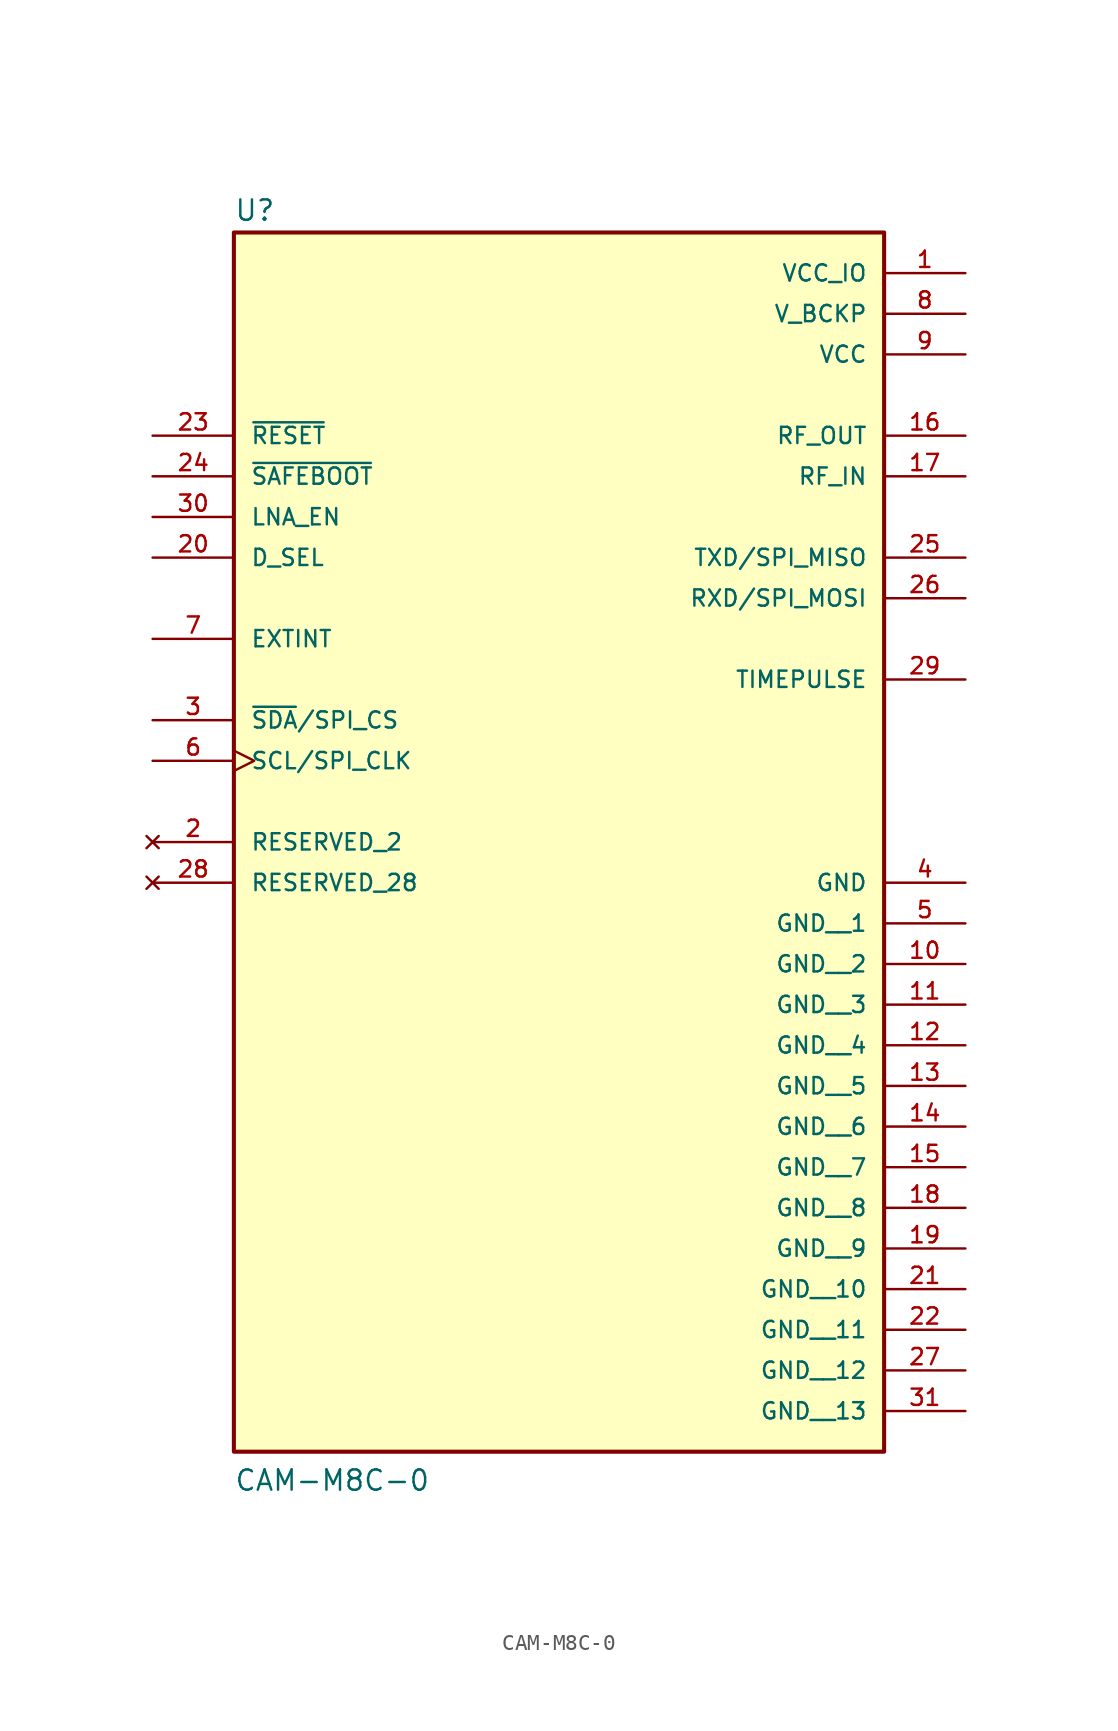
<source format=kicad_sym>
(kicad_symbol_lib
  (version 20241209)
  (generator "kicad_symbol_editor")
  (generator_version "9.0")
  (symbol "CAM-M8C-0"
    (pin_names
      (offset 1.016))
    (property "Reference" "U"
      (at -20.32 20.955 0)
      (effects (font (size 1.27 1.27)) (justify left bottom)))
    (property "Value" "CAM-M8C-0"
      (at -20.32 -58.42 0)
      (effects (font (size 1.27 1.27)) (justify left bottom)))
    (symbol "CAM-M8C-0_0_0"
      (rectangle (start -20.32 -55.88) (end 20.32 20.32) (stroke (width 0.254) (type default)) (fill (type background)))
      (pin input line (at -25.4 7.62 0) (length 5.08) (name "~{RESET}" (effects (font (size 1.016 1.016)))) (number "23" (effects (font (size 1.016 1.016)))))
      (pin input line (at -25.4 5.08 0) (length 5.08) (name "~{SAFEBOOT}" (effects (font (size 1.016 1.016)))) (number "24" (effects (font (size 1.016 1.016)))))
      (pin input line (at -25.4 2.54 0) (length 5.08) (name "LNA_EN" (effects (font (size 1.016 1.016)))) (number "30" (effects (font (size 1.016 1.016)))))
      (pin input line (at -25.4 0 0) (length 5.08) (name "D_SEL" (effects (font (size 1.016 1.016)))) (number "20" (effects (font (size 1.016 1.016)))))
      (pin input line (at -25.4 -5.08 0) (length 5.08) (name "EXTINT" (effects (font (size 1.016 1.016)))) (number "7" (effects (font (size 1.016 1.016)))))
      (pin bidirectional line (at -25.4 -10.16 0) (length 5.08) (name "~{SDA}/SPI_CS" (effects (font (size 1.016 1.016)))) (number "3" (effects (font (size 1.016 1.016)))))
      (pin bidirectional clock (at -25.4 -12.7 0) (length 5.08) (name "SCL/SPI_CLK" (effects (font (size 1.016 1.016)))) (number "6" (effects (font (size 1.016 1.016)))))
      (pin no_connect line (at -25.4 -17.78 0) (length 5.08) (name "RESERVED_2" (effects (font (size 1.016 1.016)))) (number "2" (effects (font (size 1.016 1.016)))))
      (pin no_connect line (at -25.4 -20.32 0) (length 5.08) (name "RESERVED_28" (effects (font (size 1.016 1.016)))) (number "28" (effects (font (size 1.016 1.016)))))
      (pin power_in line (at 25.4 17.78 180) (length 5.08) (name "VCC_IO" (effects (font (size 1.016 1.016)))) (number "1" (effects (font (size 1.016 1.016)))))
      (pin power_in line (at 25.4 15.24 180) (length 5.08) (name "V_BCKP" (effects (font (size 1.016 1.016)))) (number "8" (effects (font (size 1.016 1.016)))))
      (pin power_in line (at 25.4 12.7 180) (length 5.08) (name "VCC" (effects (font (size 1.016 1.016)))) (number "9" (effects (font (size 1.016 1.016)))))
      (pin output line (at 25.4 7.62 180) (length 5.08) (name "RF_OUT" (effects (font (size 1.016 1.016)))) (number "16" (effects (font (size 1.016 1.016)))))
      (pin input line (at 25.4 5.08 180) (length 5.08) (name "RF_IN" (effects (font (size 1.016 1.016)))) (number "17" (effects (font (size 1.016 1.016)))))
      (pin output line (at 25.4 -7.62 180) (length 5.08) (name "TIMEPULSE" (effects (font (size 1.016 1.016)))) (number "29" (effects (font (size 1.016 1.016)))))
      (pin power_in line (at 25.4 -20.32 180) (length 5.08) (name "GND" (effects (font (size 1.016 1.016)))) (number "4" (effects (font (size 1.016 1.016)))))
      (pin power_in line (at 25.4 -22.86 180) (length 5.08) (name "GND__1" (effects (font (size 1.016 1.016)))) (number "5" (effects (font (size 1.016 1.016)))))
      (pin power_in line (at 25.4 -25.4 180) (length 5.08) (name "GND__2" (effects (font (size 1.016 1.016)))) (number "10" (effects (font (size 1.016 1.016)))))
      (pin power_in line (at 25.4 -27.94 180) (length 5.08) (name "GND__3" (effects (font (size 1.016 1.016)))) (number "11" (effects (font (size 1.016 1.016)))))
      (pin power_in line (at 25.4 -30.48 180) (length 5.08) (name "GND__4" (effects (font (size 1.016 1.016)))) (number "12" (effects (font (size 1.016 1.016)))))
      (pin power_in line (at 25.4 -33.02 180) (length 5.08) (name "GND__5" (effects (font (size 1.016 1.016)))) (number "13" (effects (font (size 1.016 1.016)))))
      (pin power_in line (at 25.4 -35.56 180) (length 5.08) (name "GND__6" (effects (font (size 1.016 1.016)))) (number "14" (effects (font (size 1.016 1.016)))))
      (pin power_in line (at 25.4 -38.1 180) (length 5.08) (name "GND__7" (effects (font (size 1.016 1.016)))) (number "15" (effects (font (size 1.016 1.016)))))
      (pin power_in line (at 25.4 -40.64 180) (length 5.08) (name "GND__8" (effects (font (size 1.016 1.016)))) (number "18" (effects (font (size 1.016 1.016)))))
      (pin power_in line (at 25.4 -43.18 180) (length 5.08) (name "GND__9" (effects (font (size 1.016 1.016)))) (number "19" (effects (font (size 1.016 1.016)))))
      (pin power_in line (at 25.4 -45.72 180) (length 5.08) (name "GND__10" (effects (font (size 1.016 1.016)))) (number "21" (effects (font (size 1.016 1.016)))))
      (pin power_in line (at 25.4 -48.26 180) (length 5.08) (name "GND__11" (effects (font (size 1.016 1.016)))) (number "22" (effects (font (size 1.016 1.016)))))
      (pin power_in line (at 25.4 -50.8 180) (length 5.08) (name "GND__12" (effects (font (size 1.016 1.016)))) (number "27" (effects (font (size 1.016 1.016)))))
      (pin power_in line (at 25.4 -53.34 180) (length 5.08) (name "GND__13" (effects (font (size 1.016 1.016)))) (number "31" (effects (font (size 1.016 1.016))))))
    (symbol "CAM-M8C-0_1_0"
      (pin bidirectional line (at 25.4 0 180) (length 5.08) (name "TXD/SPI_MISO" (effects (font (size 1.016 1.016)))) (number "25" (effects (font (size 1.016 1.016)))))
      (pin bidirectional line (at 25.4 -2.54 180) (length 5.08) (name "RXD/SPI_MOSI" (effects (font (size 1.016 1.016)))) (number "26" (effects (font (size 1.016 1.016))))))))
</source>
